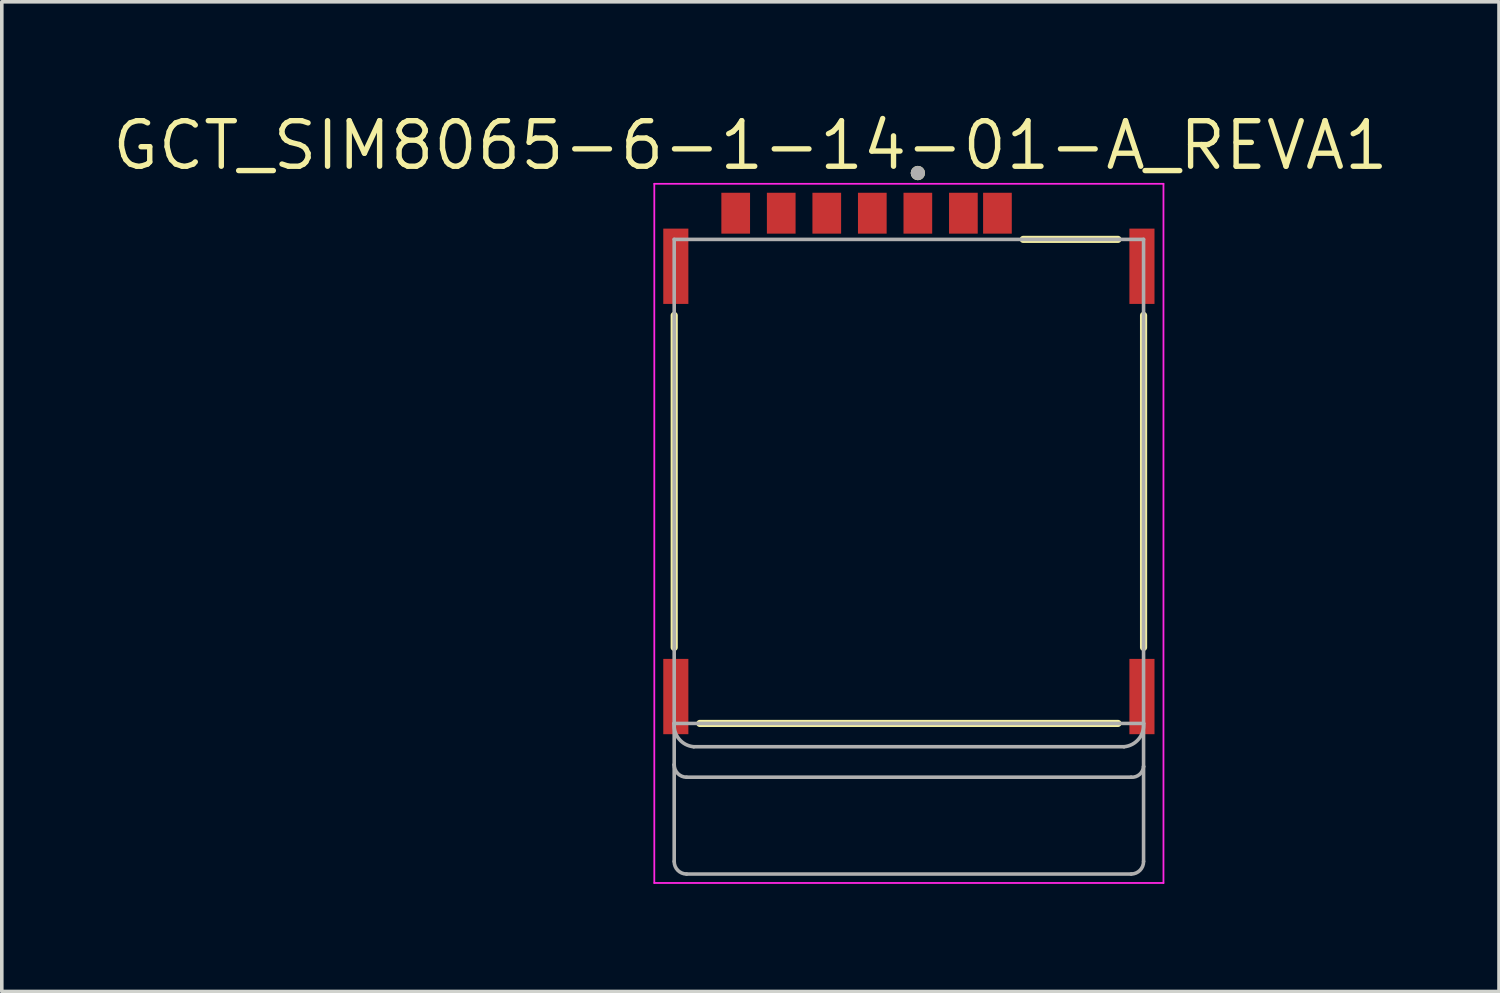
<source format=kicad_pcb>
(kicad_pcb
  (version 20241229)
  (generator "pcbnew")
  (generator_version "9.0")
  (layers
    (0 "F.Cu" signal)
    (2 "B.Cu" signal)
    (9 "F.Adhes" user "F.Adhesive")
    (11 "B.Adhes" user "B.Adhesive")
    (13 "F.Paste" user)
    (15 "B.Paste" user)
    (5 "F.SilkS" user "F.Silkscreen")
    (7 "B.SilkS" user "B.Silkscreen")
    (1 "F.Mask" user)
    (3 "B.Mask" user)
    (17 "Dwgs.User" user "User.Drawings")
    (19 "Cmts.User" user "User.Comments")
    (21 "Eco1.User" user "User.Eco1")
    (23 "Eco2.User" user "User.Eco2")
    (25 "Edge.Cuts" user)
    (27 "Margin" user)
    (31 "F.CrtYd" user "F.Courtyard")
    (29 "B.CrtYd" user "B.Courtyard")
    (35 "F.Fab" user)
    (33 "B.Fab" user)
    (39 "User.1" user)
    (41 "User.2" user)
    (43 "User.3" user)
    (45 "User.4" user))
  (footprint "GCT_SIM8065-6-1-14-01-A_REVA1"
    (layer "F.Cu")
    (at 22.298 10.376)
    (property "Reference" "GCT_SIM8065-6-1-14-01-A_REVA1" (at -4.42 -9.37 0) (layer "F.SilkS") (effects (font (size 1.27 1.27) (thickness 0.15))))
    (attr through_hole)
    (fp_line (start -6.545 -4.63) (end -6.545 4.63) (stroke (width 0.2) (type solid)) (layer "F.SilkS"))
    (fp_line (start -5.83 6.75) (end 5.83 6.75) (stroke (width 0.2) (type solid)) (layer "F.SilkS"))
    (fp_line (start 3.19 -6.75) (end 5.83 -6.75) (stroke (width 0.2) (type solid)) (layer "F.SilkS"))
    (fp_line (start 6.545 -4.63) (end 6.545 4.63) (stroke (width 0.2) (type solid)) (layer "F.SilkS"))
    (fp_circle (center 0.25 -8.6) (end 0.35 -8.6) (stroke (width 0.2) (type solid)) (fill no) (layer "F.SilkS"))
    (fp_line (start -7.1 -8.3) (end 7.1 -8.3) (stroke (width 0.05) (type solid)) (layer "F.CrtYd"))
    (fp_line (start -7.1 11.2) (end -7.1 -8.3) (stroke (width 0.05) (type solid)) (layer "F.CrtYd"))
    (fp_line (start 7.1 -8.3) (end 7.1 11.2) (stroke (width 0.05) (type solid)) (layer "F.CrtYd"))
    (fp_line (start 7.1 11.2) (end -7.1 11.2) (stroke (width 0.05) (type solid)) (layer "F.CrtYd"))
    (fp_line (start -6.545 -6.75) (end 6.545 -6.75) (stroke (width 0.1) (type solid)) (layer "F.Fab"))
    (fp_line (start -6.545 6.75) (end -6.545 -6.75) (stroke (width 0.1) (type solid)) (layer "F.Fab"))
    (fp_line (start -6.545 6.75) (end -6.545 7.9) (stroke (width 0.1) (type solid)) (layer "F.Fab"))
    (fp_line (start -6.545 7.9) (end -6.545 10.6) (stroke (width 0.1) (type solid)) (layer "F.Fab"))
    (fp_line (start -6.2 8.25) (end 6.2 8.25) (stroke (width 0.1) (type solid)) (layer "F.Fab"))
    (fp_line (start -6.2 10.95) (end 6.2 10.95) (stroke (width 0.1) (type solid)) (layer "F.Fab"))
    (fp_line (start -6 7.4) (end 6 7.4) (stroke (width 0.1) (type solid)) (layer "F.Fab"))
    (fp_line (start 6.545 -6.75) (end 6.545 6.75) (stroke (width 0.1) (type solid)) (layer "F.Fab"))
    (fp_line (start 6.545 6.75) (end -6.545 6.75) (stroke (width 0.1) (type solid)) (layer "F.Fab"))
    (fp_line (start 6.545 6.75) (end 6.545 7.95) (stroke (width 0.1) (type solid)) (layer "F.Fab"))
    (fp_line (start 6.545 7.95) (end 6.545 10.6) (stroke (width 0.1) (type solid)) (layer "F.Fab"))
    (fp_arc (start -6.2 8.25) (mid -6.444987 8.146452) (end -6.545 7.9) (stroke (width 0.1) (type solid)) (layer "F.Fab"))
    (fp_arc (start -6.2 10.95) (mid -6.444987 10.846452) (end -6.545 10.6) (stroke (width 0.1) (type solid)) (layer "F.Fab"))
    (fp_arc (start -6 7.4) (mid -6.407119 7.187873) (end -6.545 6.75) (stroke (width 0.1) (type solid)) (layer "F.Fab"))
    (fp_arc (start 6.545 6.75) (mid 6.407119 7.187873) (end 6 7.4) (stroke (width 0.1) (type solid)) (layer "F.Fab"))
    (fp_arc (start 6.545 7.95) (mid 6.434632 8.171452) (end 6.2 8.25) (stroke (width 0.1) (type solid)) (layer "F.Fab"))
    (fp_arc (start 6.545 10.6) (mid 6.444987 10.846452) (end 6.2 10.95) (stroke (width 0.1) (type solid)) (layer "F.Fab"))
    (fp_circle (center 0.25 -8.6) (end 0.35 -8.6) (stroke (width 0.2) (type solid)) (fill no) (layer "F.Fab"))
    (pad "C1" smd rect (at 0.25 -7.48) (size 0.8 1.14) (layers "F.Cu" "F.Mask" "F.Paste"))
    (pad "C2" smd rect (at -2.29 -7.48) (size 0.8 1.14) (layers "F.Cu" "F.Mask" "F.Paste"))
    (pad "C3" smd rect (at -4.83 -7.48) (size 0.8 1.14) (layers "F.Cu" "F.Mask" "F.Paste"))
    (pad "C5" smd rect (at 1.52 -7.48) (size 0.8 1.14) (layers "F.Cu" "F.Mask" "F.Paste"))
    (pad "C6" smd rect (at -1.02 -7.48) (size 0.8 1.14) (layers "F.Cu" "F.Mask" "F.Paste"))
    (pad "C7" smd rect (at -3.56 -7.48) (size 0.8 1.14) (layers "F.Cu" "F.Mask" "F.Paste"))
    (pad "CD" smd rect (at 2.47 -7.48) (size 0.8 1.14) (layers "F.Cu" "F.Mask" "F.Paste"))
    (pad "G1" smd rect (at -6.5 -6) (size 0.7 2.1) (layers "F.Cu" "F.Mask" "F.Paste"))
    (pad "G2" smd rect (at 6.5 -6) (size 0.7 2.1) (layers "F.Cu" "F.Mask" "F.Paste"))
    (pad "G3" smd rect (at -6.5 6) (size 0.7 2.1) (layers "F.Cu" "F.Mask" "F.Paste"))
    (pad "G4" smd rect (at 6.5 6) (size 0.7 2.1) (layers "F.Cu" "F.Mask" "F.Paste")))
  (gr_rect
    (start -3 -3)
    (end 38.756 24.601)
    (stroke (width 0.1) (type default))
    (fill no)
    (layer "Edge.Cuts")))
</source>
